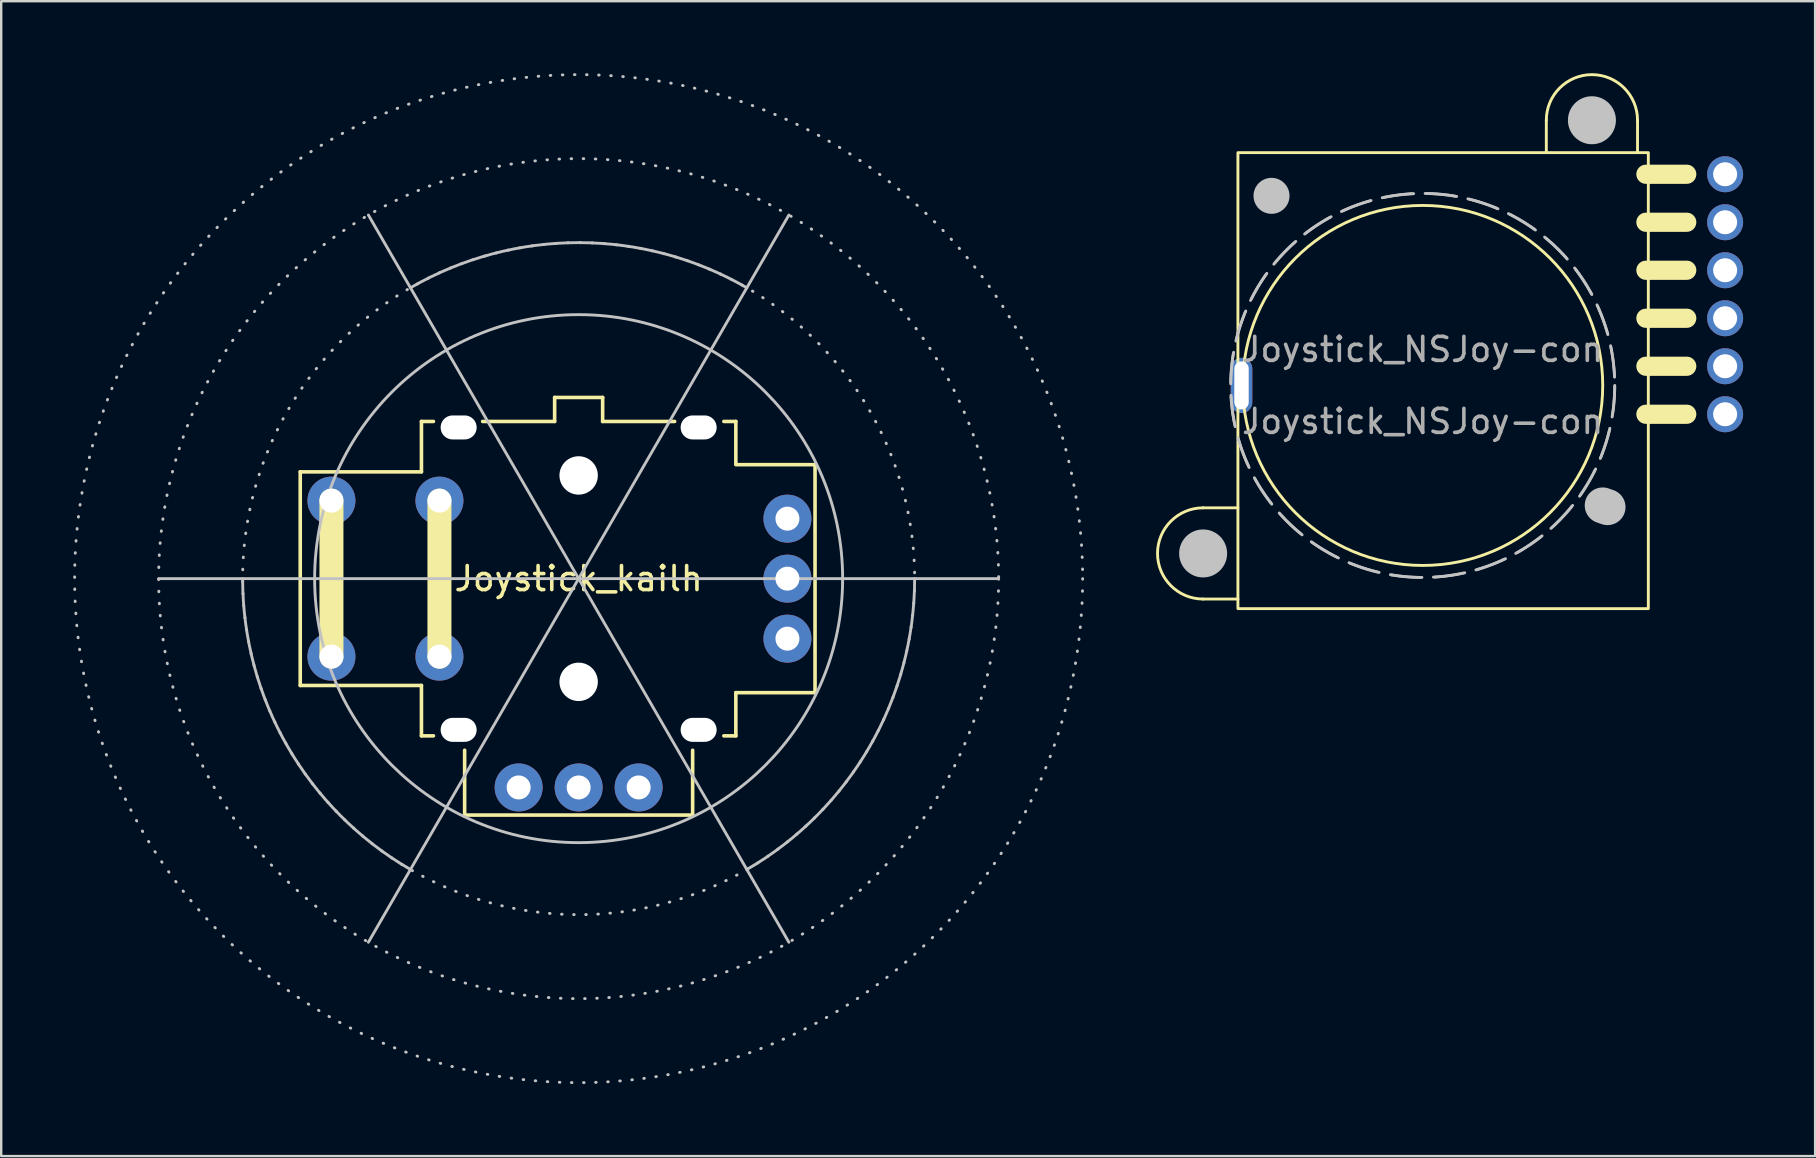
<source format=kicad_pcb>
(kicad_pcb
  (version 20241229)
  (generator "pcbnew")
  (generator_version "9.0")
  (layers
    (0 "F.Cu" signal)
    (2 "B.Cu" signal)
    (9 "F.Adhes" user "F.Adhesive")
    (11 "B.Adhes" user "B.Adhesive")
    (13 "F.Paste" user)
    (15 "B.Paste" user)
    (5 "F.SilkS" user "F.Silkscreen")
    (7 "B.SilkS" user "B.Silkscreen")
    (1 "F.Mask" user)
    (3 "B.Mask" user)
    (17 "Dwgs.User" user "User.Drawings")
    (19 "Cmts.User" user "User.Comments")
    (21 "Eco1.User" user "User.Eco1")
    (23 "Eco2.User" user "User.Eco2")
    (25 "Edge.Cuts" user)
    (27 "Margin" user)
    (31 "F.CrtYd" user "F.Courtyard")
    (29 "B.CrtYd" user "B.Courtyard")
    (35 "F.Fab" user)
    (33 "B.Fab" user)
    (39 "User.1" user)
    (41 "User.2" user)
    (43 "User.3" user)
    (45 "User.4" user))
  (footprint "Joystick_NSJoy-con"
    (layer "F.Cu")
    (at 56.23 13.01)
    (property "Reference" "Joystick_NSJoy-con" (at 0 -1.5 0) (unlocked yes) (layer "F.Fab") (effects (font (size 1 1) (thickness 0.15))))
    (attr through_hole)
    (fp_line (start -9.15 5.1) (end -7.7 5.1) (stroke (width 0.12) (type default)) (layer "F.SilkS"))
    (fp_line (start -9.15 8.9) (end -7.7 8.9) (stroke (width 0.12) (type default)) (layer "F.SilkS"))
    (fp_line (start 5.15 -11.05) (end 5.15 -9.7) (stroke (width 0.12) (type default)) (layer "F.SilkS"))
    (fp_line (start 8.95 -11.05) (end 8.95 -9.7) (stroke (width 0.12) (type default)) (layer "F.SilkS"))
    (fp_line (start 9.3 -8.8) (end 11 -8.8) (stroke (width 0.8) (type default)) (layer "F.SilkS"))
    (fp_line (start 9.3 -6.8) (end 11 -6.8) (stroke (width 0.8) (type default)) (layer "F.SilkS"))
    (fp_line (start 9.3 -4.8) (end 11 -4.8) (stroke (width 0.8) (type default)) (layer "F.SilkS"))
    (fp_line (start 9.3 -2.8) (end 11 -2.8) (stroke (width 0.8) (type default)) (layer "F.SilkS"))
    (fp_line (start 9.3 -0.8) (end 11 -0.8) (stroke (width 0.8) (type default)) (layer "F.SilkS"))
    (fp_line (start 9.3 1.2) (end 11 1.2) (stroke (width 0.8) (type default)) (layer "F.SilkS"))
    (fp_rect (start -7.7 -9.7) (end 9.4 9.3) (stroke (width 0.12) (type solid)) (fill no) (layer "F.SilkS"))
    (fp_arc (start -9.15 8.9) (mid -11.05 7) (end -9.15 5.1) (stroke (width 0.12) (type default)) (layer "F.SilkS"))
    (fp_arc (start 5.15 -11.05) (mid 7.05 -12.95) (end 8.95 -11.05) (stroke (width 0.12) (type default)) (layer "F.SilkS"))
    (fp_circle (center 0 0) (end 7.5 0) (stroke (width 0.12) (type default)) (fill no) (layer "F.SilkS"))
    (fp_line (start -9.15 7) (end -9.15 7) (stroke (width 2) (type default)) (layer "Dwgs.User"))
    (fp_line (start -6.3 -7.9) (end -6.3 -7.9) (stroke (width 1.5) (type default)) (layer "Dwgs.User"))
    (fp_line (start 7.05 -11.05) (end 7.05 -11.05) (stroke (width 2) (type default)) (layer "Dwgs.User"))
    (fp_line (start 7.5 5) (end 7.7 5.07) (stroke (width 1.5) (type default)) (layer "Dwgs.User"))
    (fp_circle (center 0 0) (end 8 0) (stroke (width 0.12) (type dash)) (fill no) (layer "Dwgs.User"))
    (fp_text user "${REFERENCE}" (at 0 1.5 0) (unlocked yes) (layer "F.Fab") (effects (font (size 1 1) (thickness 0.15))))
    (pad "" np_thru_hole oval (at -7.55 0 90) (size 2.3 0.9) (drill oval 2 0.6) (layers "*.Cu" "*.Mask"))
    (pad "1" thru_hole circle (at 12.6 -8.8 90) (size 1.5 1.5) (drill 1) (layers "*.Cu" "*.Mask"))
    (pad "2" thru_hole circle (at 12.6 -6.8 90) (size 1.5 1.5) (drill 1) (layers "*.Cu" "*.Mask"))
    (pad "3" thru_hole circle (at 12.6 -4.8 90) (size 1.5 1.5) (drill 1) (layers "*.Cu" "*.Mask"))
    (pad "4" thru_hole circle (at 12.6 -2.8 90) (size 1.5 1.5) (drill 1) (layers "*.Cu" "*.Mask"))
    (pad "5" thru_hole circle (at 12.6 -0.8 90) (size 1.5 1.5) (drill 1) (layers "*.Cu" "*.Mask"))
    (pad "6" thru_hole circle (at 12.6 1.2 90) (size 1.5 1.5) (drill 1) (layers "*.Cu" "*.Mask")))
  (footprint "Joystick_kailh"
    (layer "F.Cu")
    (at 21.06 21.06)
    (property "Reference" "Joystick_kailh" (at 0 0 180) (layer "F.SilkS") (effects (font (size 1 1) (thickness 0.15))))
    (attr through_hole)
    (fp_line (start -11.6 -4.45) (end -11.6 4.45) (stroke (width 0.15) (type solid)) (layer "F.SilkS"))
    (fp_line (start -10.3 -3.25) (end -10.3 3.25) (stroke (width 1) (type solid)) (layer "F.SilkS"))
    (fp_line (start -6.55 -6.55) (end -6.05 -6.55) (stroke (width 0.15) (type solid)) (layer "F.SilkS"))
    (fp_line (start -6.55 -4.45) (end -11.6 -4.45) (stroke (width 0.15) (type solid)) (layer "F.SilkS"))
    (fp_line (start -6.55 -4.45) (end -6.55 -6.55) (stroke (width 0.15) (type solid)) (layer "F.SilkS"))
    (fp_line (start -6.55 4.45) (end -11.6 4.45) (stroke (width 0.15) (type solid)) (layer "F.SilkS"))
    (fp_line (start -6.55 6.55) (end -6.55 4.45) (stroke (width 0.15) (type solid)) (layer "F.SilkS"))
    (fp_line (start -6.55 6.55) (end -6.05 6.55) (stroke (width 0.15) (type solid)) (layer "F.SilkS"))
    (fp_line (start -5.8 -3.25) (end -5.8 3.25) (stroke (width 1) (type solid)) (layer "F.SilkS"))
    (fp_line (start -4.75 9.85) (end -4.75 7.15) (stroke (width 0.15) (type solid)) (layer "F.SilkS"))
    (fp_line (start -4.75 9.85) (end 4.75 9.85) (stroke (width 0.15) (type solid)) (layer "F.SilkS"))
    (fp_line (start -4 -6.55) (end -1 -6.55) (stroke (width 0.15) (type solid)) (layer "F.SilkS"))
    (fp_line (start -1 -7.55) (end 1 -7.55) (stroke (width 0.15) (type solid)) (layer "F.SilkS"))
    (fp_line (start -1 -6.55) (end -1 -7.55) (stroke (width 0.15) (type solid)) (layer "F.SilkS"))
    (fp_line (start 1 -7.55) (end 1 -6.55) (stroke (width 0.15) (type solid)) (layer "F.SilkS"))
    (fp_line (start 4 -6.55) (end 1 -6.55) (stroke (width 0.15) (type solid)) (layer "F.SilkS"))
    (fp_line (start 4.75 9.85) (end 4.75 7.15) (stroke (width 0.15) (type solid)) (layer "F.SilkS"))
    (fp_line (start 6.55 -6.55) (end 6.05 -6.55) (stroke (width 0.15) (type solid)) (layer "F.SilkS"))
    (fp_line (start 6.55 -6.55) (end 6.55 -4.8) (stroke (width 0.15) (type solid)) (layer "F.SilkS"))
    (fp_line (start 6.55 -4.75) (end 9.85 -4.75) (stroke (width 0.15) (type solid)) (layer "F.SilkS"))
    (fp_line (start 6.55 4.75) (end 9.85 4.75) (stroke (width 0.15) (type solid)) (layer "F.SilkS"))
    (fp_line (start 6.55 6.55) (end 6.05 6.55) (stroke (width 0.15) (type solid)) (layer "F.SilkS"))
    (fp_line (start 6.55 6.55) (end 6.55 4.75) (stroke (width 0.15) (type solid)) (layer "F.SilkS"))
    (fp_line (start 9.85 -4.75) (end 9.85 4.75) (stroke (width 0.15) (type solid)) (layer "F.SilkS"))
    (fp_line (start -8.76 -15.15) (end 0 0) (stroke (width 0.12) (type default)) (layer "Dwgs.User"))
    (fp_line (start -8.76 15.15) (end 0 0) (stroke (width 0.12) (type default)) (layer "Dwgs.User"))
    (fp_line (start 0 0) (end -17.5 0) (stroke (width 0.12) (type default)) (layer "Dwgs.User"))
    (fp_line (start 0 0) (end 8.76 -15.15) (stroke (width 0.12) (type default)) (layer "Dwgs.User"))
    (fp_line (start 0 0) (end 8.76 15.15) (stroke (width 0.12) (type default)) (layer "Dwgs.User"))
    (fp_line (start 0 0) (end 17.5 0) (stroke (width 0.12) (type default)) (layer "Dwgs.User"))
    (fp_arc (start -7.007884 12.1198) (mid -12.126631 6.996057) (end -14 0) (stroke (width 0.12) (type solid)) (layer "Dwgs.User"))
    (fp_arc (start -6.990431 -12.129875) (mid 0.010076 -13.999996) (end 7.007884 -12.119801) (stroke (width 0.12) (type solid)) (layer "Dwgs.User"))
    (fp_arc (start 14 0) (mid 12.126631 6.996057) (end 7.007884 12.1198) (stroke (width 0.12) (type default)) (layer "Dwgs.User"))
    (fp_circle (center 0 0) (end 11 0) (stroke (width 0.12) (type default)) (fill no) (layer "Dwgs.User"))
    (fp_circle (center 0 0) (end 14 0) (stroke (width 0.12) (type dot)) (fill no) (layer "Dwgs.User"))
    (fp_circle (center 0 0) (end 17.5 0) (stroke (width 0.12) (type dot)) (fill no) (layer "Dwgs.User"))
    (fp_circle (center 0 0) (end 21 0) (stroke (width 0.12) (type dot)) (fill no) (layer "Dwgs.User"))
    (fp_line (start -11.6 -4.45) (end -11.6 4.45) (stroke (width 0.05) (type solid)) (layer "Eco1.User"))
    (fp_line (start -11.6 4.45) (end -6.55 4.45) (stroke (width 0.05) (type solid)) (layer "Eco1.User"))
    (fp_line (start -6.55 -6.55) (end -6.55 -4.45) (stroke (width 0.05) (type solid)) (layer "Eco1.User"))
    (fp_line (start -6.55 -4.45) (end -11.6 -4.45) (stroke (width 0.05) (type solid)) (layer "Eco1.User"))
    (fp_line (start -6.55 4.45) (end -6.55 6.55) (stroke (width 0.05) (type solid)) (layer "Eco1.User"))
    (fp_line (start -6.55 6.55) (end -4.75 6.55) (stroke (width 0.05) (type solid)) (layer "Eco1.User"))
    (fp_line (start -4.75 6.55) (end -4.75 9.85) (stroke (width 0.05) (type solid)) (layer "Eco1.User"))
    (fp_line (start -4.75 9.85) (end 4.75 9.85) (stroke (width 0.05) (type solid)) (layer "Eco1.User"))
    (fp_line (start 4.75 6.55) (end 6.55 6.55) (stroke (width 0.05) (type solid)) (layer "Eco1.User"))
    (fp_line (start 4.75 9.85) (end 4.75 6.55) (stroke (width 0.05) (type solid)) (layer "Eco1.User"))
    (fp_line (start 6.55 -6.55) (end -6.55 -6.55) (stroke (width 0.05) (type solid)) (layer "Eco1.User"))
    (fp_line (start 6.55 -4.75) (end 6.55 -6.55) (stroke (width 0.05) (type solid)) (layer "Eco1.User"))
    (fp_line (start 6.55 4.75) (end 9.85 4.75) (stroke (width 0.05) (type solid)) (layer "Eco1.User"))
    (fp_line (start 6.55 6.55) (end 6.55 4.75) (stroke (width 0.05) (type solid)) (layer "Eco1.User"))
    (fp_line (start 9.85 -4.75) (end 6.55 -4.75) (stroke (width 0.05) (type solid)) (layer "Eco1.User"))
    (fp_line (start 9.85 4.75) (end 9.85 -4.75) (stroke (width 0.05) (type solid)) (layer "Eco1.User"))
    (pad "" np_thru_hole oval (at -5 -6.3) (size 1.5 1) (drill oval 1.5 1) (layers "*.Cu" "*.Mask"))
    (pad "" np_thru_hole oval (at -5 6.3) (size 1.5 1) (drill oval 1.5 1) (layers "*.Cu" "*.Mask"))
    (pad "" np_thru_hole circle (at 0 -4.3) (size 1.6 1.6) (drill 1.6) (layers "*.Cu" "*.Mask"))
    (pad "" np_thru_hole circle (at 0 4.3) (size 1.6 1.6) (drill 1.6) (layers "*.Cu" "*.Mask"))
    (pad "" np_thru_hole oval (at 5 -6.3 180) (size 1.5 1) (drill oval 1.5 1) (layers "*.Cu" "*.Mask"))
    (pad "" np_thru_hole oval (at 5 6.3) (size 1.5 1) (drill oval 1.5 1) (layers "*.Cu" "*.Mask"))
    (pad "1" thru_hole circle (at -2.5 8.7) (size 2 2) (drill 1) (layers "*.Cu" "*.Mask"))
    (pad "1" thru_hole circle (at 8.7 2.5) (size 2 2) (drill 1) (layers "*.Cu" "*.Mask"))
    (pad "2" thru_hole circle (at 2.5 8.7) (size 2 2) (drill 1) (layers "*.Cu" "*.Mask"))
    (pad "2" thru_hole circle (at 8.7 -2.5) (size 2 2) (drill 1) (layers "*.Cu" "*.Mask"))
    (pad "3" thru_hole circle (at 0 8.7) (size 2 2) (drill 1) (layers "*.Cu" "*.Mask"))
    (pad "4" thru_hole circle (at 8.7 0 180) (size 2 2) (drill 1) (layers "*.Cu" "*.Mask"))
    (pad "5" thru_hole circle (at -10.3 -3.25) (size 2 2) (drill 1) (layers "*.Cu" "*.Mask"))
    (pad "5" thru_hole circle (at -10.3 3.25) (size 2 2) (drill 1) (layers "*.Cu" "*.Mask"))
    (pad "6" thru_hole circle (at -5.8 -3.25) (size 2 2) (drill 1) (layers "*.Cu" "*.Mask"))
    (pad "6" thru_hole circle (at -5.8 3.25) (size 2 2) (drill 1) (layers "*.Cu" "*.Mask")))
  (gr_rect
    (start -3 -3)
    (end 72.58 45.12)
    (stroke (width 0.1) (type default))
    (fill no)
    (layer "Edge.Cuts")))
</source>
